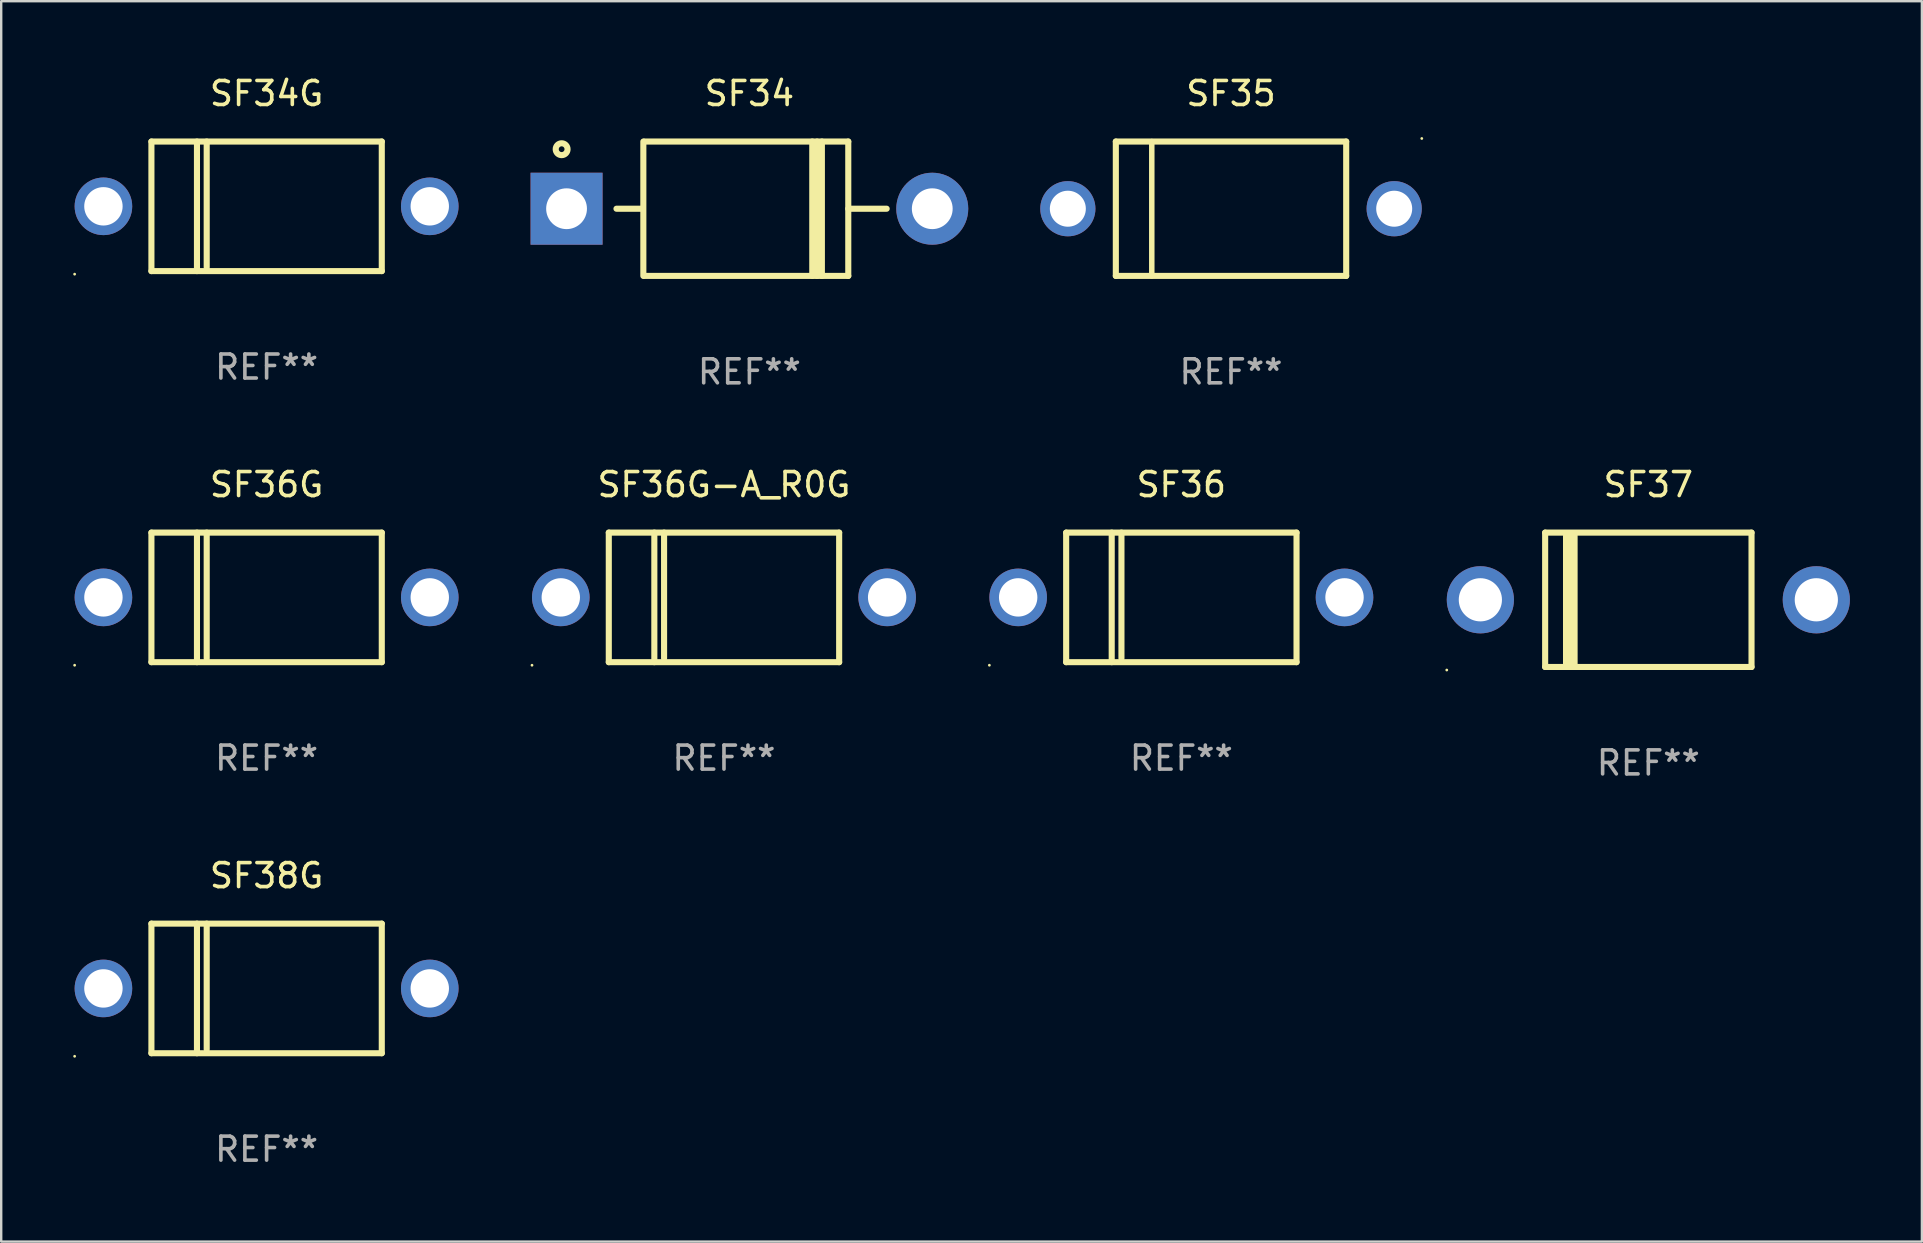
<source format=kicad_pcb>
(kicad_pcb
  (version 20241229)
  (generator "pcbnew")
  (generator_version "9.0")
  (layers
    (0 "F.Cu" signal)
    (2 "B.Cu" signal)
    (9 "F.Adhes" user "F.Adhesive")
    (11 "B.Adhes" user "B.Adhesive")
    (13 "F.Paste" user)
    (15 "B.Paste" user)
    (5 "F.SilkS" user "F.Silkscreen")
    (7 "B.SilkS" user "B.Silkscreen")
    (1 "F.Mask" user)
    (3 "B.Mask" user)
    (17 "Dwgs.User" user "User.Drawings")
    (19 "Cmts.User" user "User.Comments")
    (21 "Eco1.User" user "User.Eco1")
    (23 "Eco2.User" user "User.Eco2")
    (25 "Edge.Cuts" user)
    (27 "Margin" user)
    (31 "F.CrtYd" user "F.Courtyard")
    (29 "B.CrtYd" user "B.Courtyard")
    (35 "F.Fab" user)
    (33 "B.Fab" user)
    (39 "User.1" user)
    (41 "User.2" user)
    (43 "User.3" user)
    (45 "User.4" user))
  (footprint "SF36"
    (layer "F.Cu")
    (at 46.18 21.845)
    (property "Reference" "SF36" (at 0 -4.7 0) (layer "F.SilkS") (effects (font (size 1 1) (thickness 0.15))))
    (attr through_hole)
    (fp_line (start -4.8 -2.7) (end -4.8 2.7) (stroke (width 0.254) (type solid)) (layer "F.SilkS"))
    (fp_line (start -4.8 -2.7) (end 4.8 -2.7) (stroke (width 0.254) (type solid)) (layer "F.SilkS"))
    (fp_line (start -2.902 -2.7) (end -2.902 2.7) (stroke (width 0.254) (type solid)) (layer "F.SilkS"))
    (fp_line (start -2.496 -2.7) (end -2.496 2.54) (stroke (width 0.254) (type solid)) (layer "F.SilkS"))
    (fp_line (start 4.8 -2.7) (end 4.8 2.7) (stroke (width 0.254) (type solid)) (layer "F.SilkS"))
    (fp_line (start 4.8 2.7) (end -4.8 2.7) (stroke (width 0.254) (type solid)) (layer "F.SilkS"))
    (fp_circle (center -8 2.827) (end -7.97 2.827) (stroke (width 0.06) (type solid)) (fill no) (layer "F.SilkS"))
    (fp_text user "REF**" (at 0 6.7 0) (layer "F.Fab") (effects (font (size 1 1) (thickness 0.15))))
    (pad "1" thru_hole circle (at -6.8 0) (size 2.4 2.4) (drill 1.6) (layers "*.Cu" "*.Mask"))
    (pad "2" thru_hole circle (at 6.8 0) (size 2.4 2.4) (drill 1.6) (layers "*.Cu" "*.Mask")))
  (footprint "SF36G-A_R0G"
    (layer "F.Cu")
    (at 27.12 21.845)
    (property "Reference" "SF36G-A_R0G" (at 0 -4.7 0) (layer "F.SilkS") (effects (font (size 1 1) (thickness 0.15))))
    (attr through_hole)
    (fp_line (start -4.8 -2.7) (end -4.8 2.7) (stroke (width 0.254) (type solid)) (layer "F.SilkS"))
    (fp_line (start -4.8 -2.7) (end 4.8 -2.7) (stroke (width 0.254) (type solid)) (layer "F.SilkS"))
    (fp_line (start -2.902 -2.7) (end -2.902 2.7) (stroke (width 0.254) (type solid)) (layer "F.SilkS"))
    (fp_line (start -2.496 -2.7) (end -2.496 2.54) (stroke (width 0.254) (type solid)) (layer "F.SilkS"))
    (fp_line (start 4.8 -2.7) (end 4.8 2.7) (stroke (width 0.254) (type solid)) (layer "F.SilkS"))
    (fp_line (start 4.8 2.7) (end -4.8 2.7) (stroke (width 0.254) (type solid)) (layer "F.SilkS"))
    (fp_circle (center -8 2.827) (end -7.97 2.827) (stroke (width 0.06) (type solid)) (fill no) (layer "F.SilkS"))
    (fp_text user "REF**" (at 0 6.7 0) (layer "F.Fab") (effects (font (size 1 1) (thickness 0.15))))
    (pad "1" thru_hole circle (at -6.8 0) (size 2.4 2.4) (drill 1.6) (layers "*.Cu" "*.Mask"))
    (pad "2" thru_hole circle (at 6.8 0) (size 2.4 2.4) (drill 1.6) (layers "*.Cu" "*.Mask")))
  (footprint "SF35"
    (layer "F.Cu")
    (at 48.25 5.648)
    (property "Reference" "SF35" (at 0 -4.8 0) (layer "F.SilkS") (effects (font (size 1 1) (thickness 0.15))))
    (attr through_hole)
    (fp_line (start -4.8 -2.8) (end -4.8 2.8) (stroke (width 0.254) (type solid)) (layer "F.SilkS"))
    (fp_line (start -4.8 -2.8) (end 4.8 -2.8) (stroke (width 0.254) (type solid)) (layer "F.SilkS"))
    (fp_line (start -4.8 2.8) (end 4.8 2.8) (stroke (width 0.254) (type solid)) (layer "F.SilkS"))
    (fp_line (start -3.302 2.8) (end -3.302 -2.8) (stroke (width 0.229) (type solid)) (layer "F.SilkS"))
    (fp_line (start 4.8 -2.8) (end 4.8 2.8) (stroke (width 0.254) (type solid)) (layer "F.SilkS"))
    (fp_circle (center 7.95 -2.927) (end 7.98 -2.927) (stroke (width 0.06) (type solid)) (fill no) (layer "F.SilkS"))
    (fp_text user "REF**" (at 0 6.8 0) (layer "F.Fab") (effects (font (size 1 1) (thickness 0.15))))
    (pad "1" thru_hole circle (at 6.8 0) (size 2.3 2.3) (drill 1.5) (layers "*.Cu" "*.Mask"))
    (pad "2" thru_hole circle (at -6.8 0) (size 2.3 2.3) (drill 1.5) (layers "*.Cu" "*.Mask")))
  (footprint "SF34G"
    (layer "F.Cu")
    (at 8.06 5.548)
    (property "Reference" "SF34G" (at 0 -4.7 0) (layer "F.SilkS") (effects (font (size 1 1) (thickness 0.15))))
    (attr through_hole)
    (fp_line (start -4.8 -2.7) (end -4.8 2.7) (stroke (width 0.254) (type solid)) (layer "F.SilkS"))
    (fp_line (start -4.8 -2.7) (end 4.8 -2.7) (stroke (width 0.254) (type solid)) (layer "F.SilkS"))
    (fp_line (start -2.902 -2.7) (end -2.902 2.7) (stroke (width 0.254) (type solid)) (layer "F.SilkS"))
    (fp_line (start -2.496 -2.7) (end -2.496 2.54) (stroke (width 0.254) (type solid)) (layer "F.SilkS"))
    (fp_line (start 4.8 -2.7) (end 4.8 2.7) (stroke (width 0.254) (type solid)) (layer "F.SilkS"))
    (fp_line (start 4.8 2.7) (end -4.8 2.7) (stroke (width 0.254) (type solid)) (layer "F.SilkS"))
    (fp_circle (center -8 2.827) (end -7.97 2.827) (stroke (width 0.06) (type solid)) (fill no) (layer "F.SilkS"))
    (fp_text user "REF**" (at 0 6.7 0) (layer "F.Fab") (effects (font (size 1 1) (thickness 0.15))))
    (pad "1" thru_hole circle (at -6.8 0) (size 2.4 2.4) (drill 1.6) (layers "*.Cu" "*.Mask"))
    (pad "2" thru_hole circle (at 6.8 0) (size 2.4 2.4) (drill 1.6) (layers "*.Cu" "*.Mask")))
  (footprint "SF37"
    (layer "F.Cu")
    (at 65.641 21.945)
    (property "Reference" "SF37" (at 0 -4.8 0) (layer "F.SilkS") (effects (font (size 1 1) (thickness 0.15))))
    (attr through_hole)
    (fp_line (start -4.3 -2.8) (end -4.3 2.8) (stroke (width 0.254) (type solid)) (layer "F.SilkS"))
    (fp_line (start -4.3 -2.8) (end 4.3 -2.8) (stroke (width 0.254) (type solid)) (layer "F.SilkS"))
    (fp_line (start -4.3 2.8) (end 4.3 2.8) (stroke (width 0.254) (type solid)) (layer "F.SilkS"))
    (fp_line (start -3.442 2.667) (end -3.442 -2.667) (stroke (width 0.229) (type solid)) (layer "F.SilkS"))
    (fp_line (start -3.315 2.667) (end -3.315 -2.667) (stroke (width 0.229) (type solid)) (layer "F.SilkS"))
    (fp_line (start -3.188 2.667) (end -3.188 -2.667) (stroke (width 0.229) (type solid)) (layer "F.SilkS"))
    (fp_line (start -3.061 2.667) (end -3.061 -2.667) (stroke (width 0.229) (type solid)) (layer "F.SilkS"))
    (fp_line (start 4.3 -2.8) (end 4.3 2.8) (stroke (width 0.254) (type solid)) (layer "F.SilkS"))
    (fp_circle (center -8.4 2.927) (end -8.37 2.927) (stroke (width 0.06) (type solid)) (fill no) (layer "F.SilkS"))
    (fp_text user "REF**" (at 0 6.8 0) (layer "F.Fab") (effects (font (size 1 1) (thickness 0.15))))
    (pad "1" thru_hole circle (at -7 0) (size 2.8 2.8) (drill 1.8) (layers "*.Cu" "*.Mask"))
    (pad "2" thru_hole circle (at 7 0) (size 2.8 2.8) (drill 1.8) (layers "*.Cu" "*.Mask")))
  (footprint "SF36G"
    (layer "F.Cu")
    (at 8.06 21.845)
    (property "Reference" "SF36G" (at 0 -4.7 0) (layer "F.SilkS") (effects (font (size 1 1) (thickness 0.15))))
    (attr through_hole)
    (fp_line (start -4.8 -2.7) (end -4.8 2.7) (stroke (width 0.254) (type solid)) (layer "F.SilkS"))
    (fp_line (start -4.8 -2.7) (end 4.8 -2.7) (stroke (width 0.254) (type solid)) (layer "F.SilkS"))
    (fp_line (start -2.902 -2.7) (end -2.902 2.7) (stroke (width 0.254) (type solid)) (layer "F.SilkS"))
    (fp_line (start -2.496 -2.7) (end -2.496 2.54) (stroke (width 0.254) (type solid)) (layer "F.SilkS"))
    (fp_line (start 4.8 -2.7) (end 4.8 2.7) (stroke (width 0.254) (type solid)) (layer "F.SilkS"))
    (fp_line (start 4.8 2.7) (end -4.8 2.7) (stroke (width 0.254) (type solid)) (layer "F.SilkS"))
    (fp_circle (center -8 2.827) (end -7.97 2.827) (stroke (width 0.06) (type solid)) (fill no) (layer "F.SilkS"))
    (fp_text user "REF**" (at 0 6.7 0) (layer "F.Fab") (effects (font (size 1 1) (thickness 0.15))))
    (pad "1" thru_hole circle (at -6.8 0) (size 2.4 2.4) (drill 1.6) (layers "*.Cu" "*.Mask"))
    (pad "2" thru_hole circle (at 6.8 0) (size 2.4 2.4) (drill 1.6) (layers "*.Cu" "*.Mask")))
  (footprint "SF38G"
    (layer "F.Cu")
    (at 8.06 38.141)
    (property "Reference" "SF38G" (at 0 -4.7 0) (layer "F.SilkS") (effects (font (size 1 1) (thickness 0.15))))
    (attr through_hole)
    (fp_line (start -4.8 -2.7) (end -4.8 2.7) (stroke (width 0.254) (type solid)) (layer "F.SilkS"))
    (fp_line (start -4.8 -2.7) (end 4.8 -2.7) (stroke (width 0.254) (type solid)) (layer "F.SilkS"))
    (fp_line (start -2.902 -2.7) (end -2.902 2.7) (stroke (width 0.254) (type solid)) (layer "F.SilkS"))
    (fp_line (start -2.496 -2.7) (end -2.496 2.54) (stroke (width 0.254) (type solid)) (layer "F.SilkS"))
    (fp_line (start 4.8 -2.7) (end 4.8 2.7) (stroke (width 0.254) (type solid)) (layer "F.SilkS"))
    (fp_line (start 4.8 2.7) (end -4.8 2.7) (stroke (width 0.254) (type solid)) (layer "F.SilkS"))
    (fp_circle (center -8 2.827) (end -7.97 2.827) (stroke (width 0.06) (type solid)) (fill no) (layer "F.SilkS"))
    (fp_text user "REF**" (at 0 6.7 0) (layer "F.Fab") (effects (font (size 1 1) (thickness 0.15))))
    (pad "1" thru_hole circle (at -6.8 0) (size 2.4 2.4) (drill 1.6) (layers "*.Cu" "*.Mask"))
    (pad "2" thru_hole circle (at 6.8 0) (size 2.4 2.4) (drill 1.6) (layers "*.Cu" "*.Mask")))
  (footprint "SF34"
    (layer "F.Cu")
    (at 28.18 5.648)
    (property "Reference" "SF34" (at 0 -4.8 0) (layer "F.SilkS") (effects (font (size 1 1) (thickness 0.15))))
    (attr through_hole)
    (fp_line (start -5.54 0) (end -4.44 0) (stroke (width 0.254) (type solid)) (layer "F.SilkS"))
    (fp_line (start -4.42 2.8) (end -4.42 -2.8) (stroke (width 0.254) (type solid)) (layer "F.SilkS"))
    (fp_line (start -4.38 -2.8) (end 4.12 -2.8) (stroke (width 0.254) (type solid)) (layer "F.SilkS"))
    (fp_line (start 2.62 -2.8) (end 2.62 2.8) (stroke (width 0.254) (type solid)) (layer "F.SilkS"))
    (fp_line (start 2.82 -2.8) (end 2.82 2.8) (stroke (width 0.254) (type solid)) (layer "F.SilkS"))
    (fp_line (start 3.02 -2.8) (end 3.02 2.8) (stroke (width 0.254) (type solid)) (layer "F.SilkS"))
    (fp_line (start 4.12 -2.8) (end 4.12 2.8) (stroke (width 0.254) (type solid)) (layer "F.SilkS"))
    (fp_line (start 4.12 0) (end 5.72 0) (stroke (width 0.254) (type solid)) (layer "F.SilkS"))
    (fp_line (start 4.12 2.8) (end -4.38 2.8) (stroke (width 0.254) (type solid)) (layer "F.SilkS"))
    (fp_circle (center -7.825 -2.48) (end -7.705 -2.48) (stroke (width 0.254) (type solid)) (fill no) (layer "F.SilkS"))
    (fp_text user "REF**" (at 0 6.8 0) (layer "F.Fab") (effects (font (size 1 1) (thickness 0.15))))
    (pad "1" thru_hole rect (at -7.62 0 180) (size 3 3) (drill 1.7) (layers "*.Cu" "*.Mask"))
    (pad "2" thru_hole circle (at 7.62 0) (size 3 3) (drill 1.7) (layers "*.Cu" "*.Mask")))
  (gr_rect
    (start -3 -3)
    (end 77.041 48.69)
    (stroke (width 0.1) (type default))
    (fill no)
    (layer "Edge.Cuts")))
</source>
